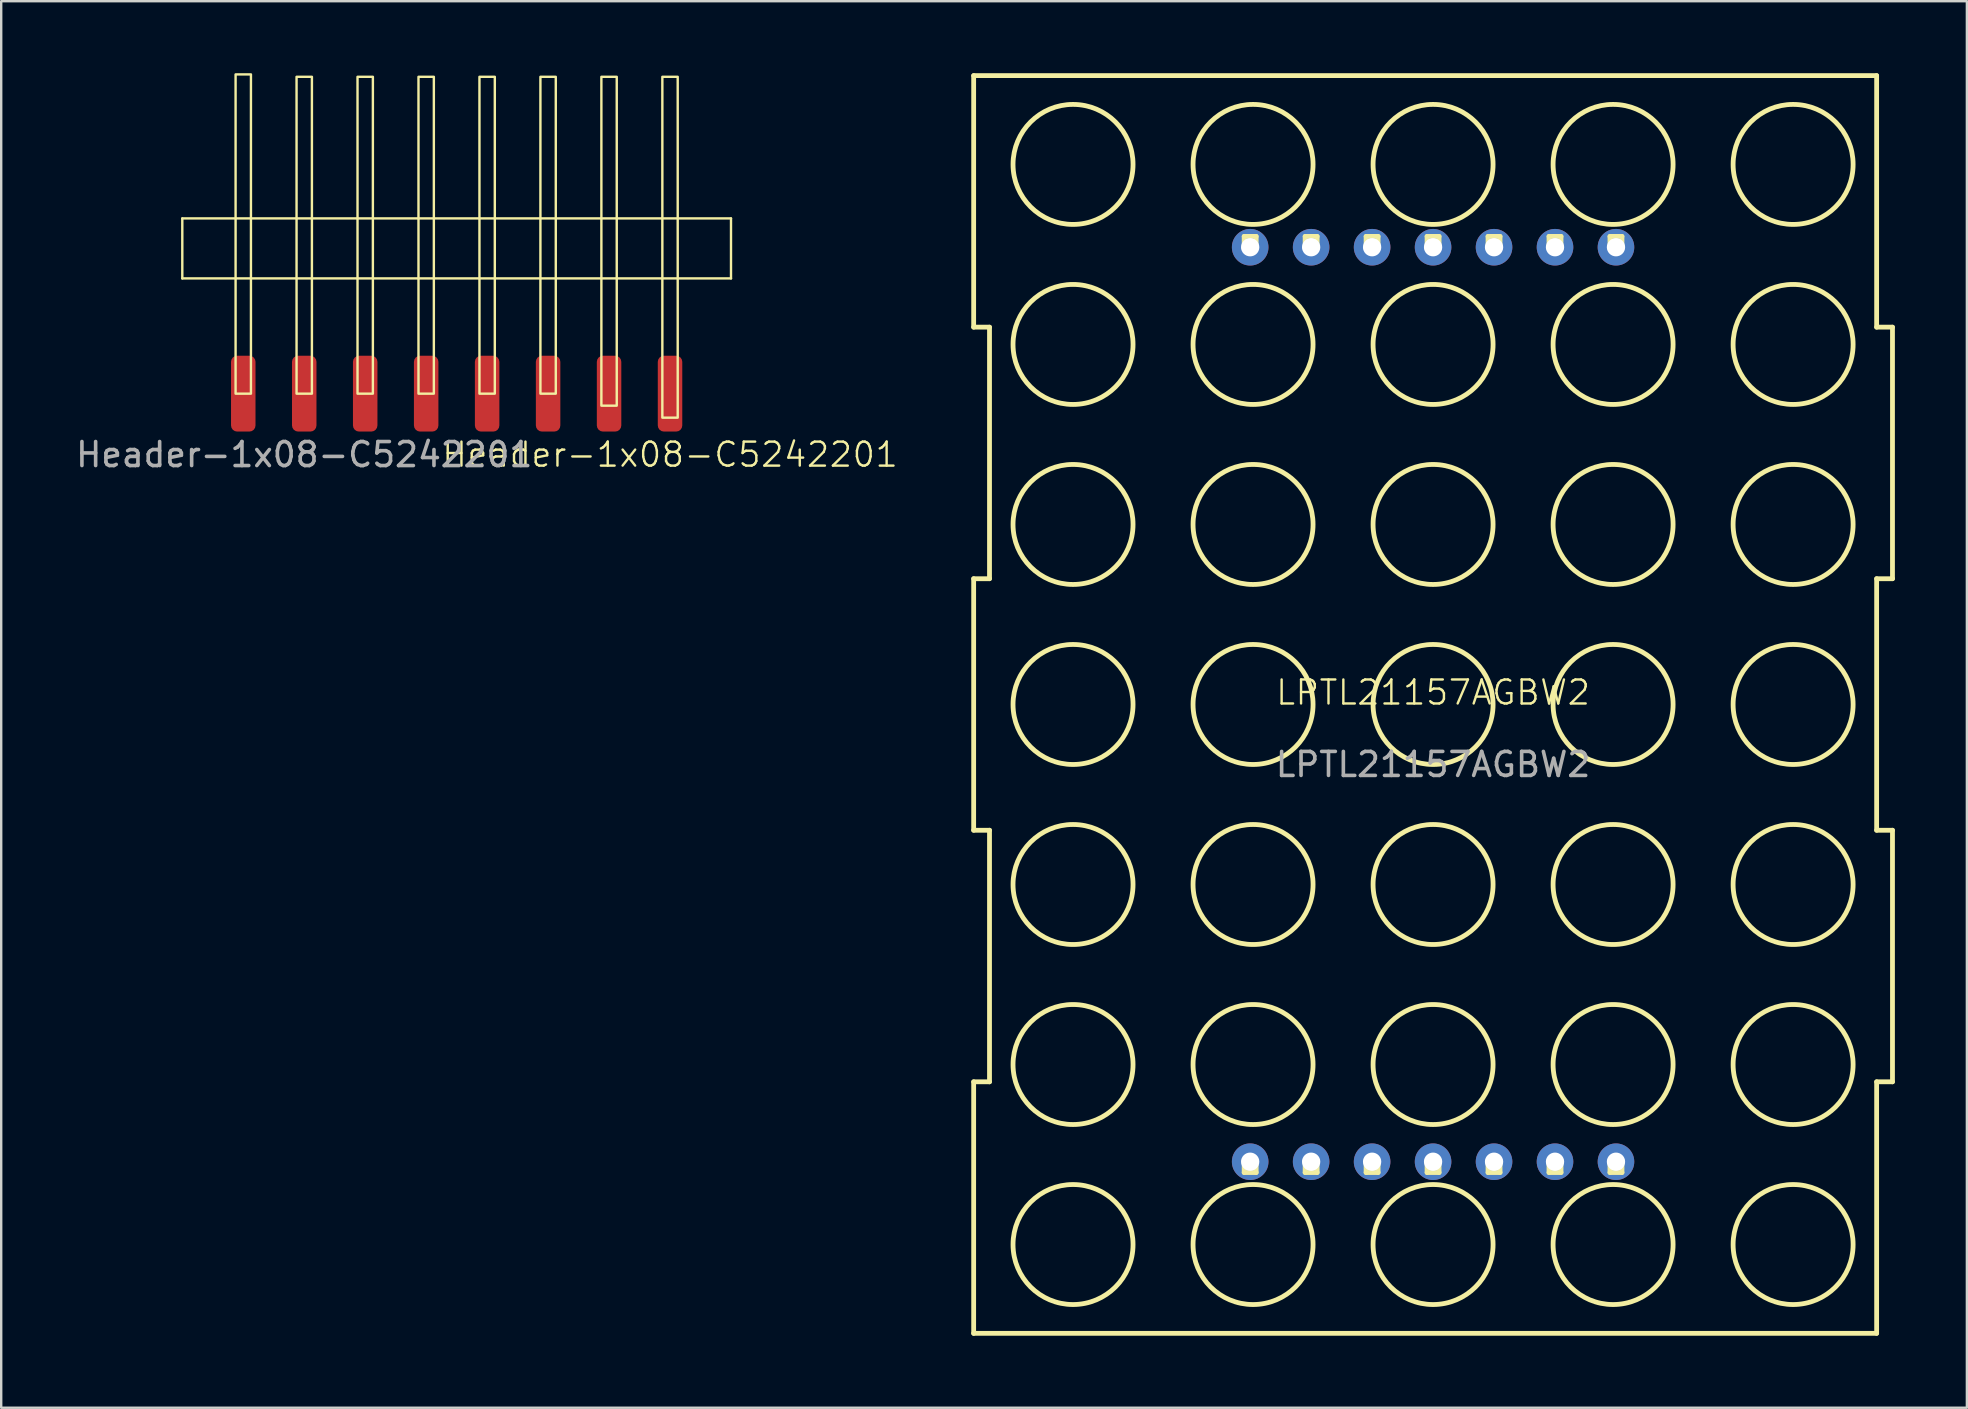
<source format=kicad_pcb>
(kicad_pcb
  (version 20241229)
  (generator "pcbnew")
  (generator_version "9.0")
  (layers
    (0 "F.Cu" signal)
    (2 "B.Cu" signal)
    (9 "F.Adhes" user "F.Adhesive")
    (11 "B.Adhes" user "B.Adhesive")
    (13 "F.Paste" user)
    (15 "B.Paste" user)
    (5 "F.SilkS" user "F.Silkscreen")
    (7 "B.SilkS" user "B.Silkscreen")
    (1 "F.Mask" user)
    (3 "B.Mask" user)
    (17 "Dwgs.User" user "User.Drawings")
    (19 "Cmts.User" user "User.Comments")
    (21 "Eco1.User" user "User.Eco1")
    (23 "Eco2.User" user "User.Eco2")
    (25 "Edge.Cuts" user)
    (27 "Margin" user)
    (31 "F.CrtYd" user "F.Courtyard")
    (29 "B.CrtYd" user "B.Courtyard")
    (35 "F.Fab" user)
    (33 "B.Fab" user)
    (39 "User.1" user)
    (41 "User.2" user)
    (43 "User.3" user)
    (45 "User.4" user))
  (footprint "LPTL21157AGBW2"
    (layer "F.Cu")
    (at 56.655 26.3)
    (property "Reference" "LPTL21157AGBW2" (at 0 -0.5 0) (unlocked yes) (layer "F.SilkS") (effects (font (size 1 1) (thickness 0.1))))
    (attr through_hole)
    (fp_line (start -19.14 -26.2) (end 18.48 -26.2) (stroke (width 0.2) (type default)) (layer "F.SilkS"))
    (fp_line (start -19.14 -15.72) (end -19.14 -26.2) (stroke (width 0.2) (type default)) (layer "F.SilkS"))
    (fp_line (start -19.14 -5.24) (end -18.48 -5.24) (stroke (width 0.2) (type default)) (layer "F.SilkS"))
    (fp_line (start -19.14 5.24) (end -19.14 -5.24) (stroke (width 0.2) (type default)) (layer "F.SilkS"))
    (fp_line (start -19.14 15.72) (end -18.48 15.72) (stroke (width 0.2) (type default)) (layer "F.SilkS"))
    (fp_line (start -19.14 26.2) (end -19.14 15.72) (stroke (width 0.2) (type default)) (layer "F.SilkS"))
    (fp_line (start -18.48 -15.72) (end -19.14 -15.72) (stroke (width 0.2) (type default)) (layer "F.SilkS"))
    (fp_line (start -18.48 -5.24) (end -18.48 -15.72) (stroke (width 0.2) (type default)) (layer "F.SilkS"))
    (fp_line (start -18.48 5.24) (end -19.14 5.24) (stroke (width 0.2) (type default)) (layer "F.SilkS"))
    (fp_line (start -18.48 15.72) (end -18.48 5.24) (stroke (width 0.2) (type default)) (layer "F.SilkS"))
    (fp_line (start -7.87 -19.5) (end -7.37 -19.5) (stroke (width 0.2) (type default)) (layer "F.SilkS"))
    (fp_line (start -7.87 -19) (end -7.87 -19.5) (stroke (width 0.2) (type default)) (layer "F.SilkS"))
    (fp_line (start -7.87 19) (end -7.37 19) (stroke (width 0.2) (type default)) (layer "F.SilkS"))
    (fp_line (start -7.87 19.5) (end -7.87 19) (stroke (width 0.2) (type default)) (layer "F.SilkS"))
    (fp_line (start -7.37 -19.5) (end -7.37 -19) (stroke (width 0.2) (type default)) (layer "F.SilkS"))
    (fp_line (start -7.37 -19) (end -7.87 -19) (stroke (width 0.2) (type default)) (layer "F.SilkS"))
    (fp_line (start -7.37 19) (end -7.37 19.5) (stroke (width 0.2) (type default)) (layer "F.SilkS"))
    (fp_line (start -7.37 19.5) (end -7.87 19.5) (stroke (width 0.2) (type default)) (layer "F.SilkS"))
    (fp_line (start -5.33 -19.5) (end -4.83 -19.5) (stroke (width 0.2) (type default)) (layer "F.SilkS"))
    (fp_line (start -5.33 -19) (end -5.33 -19.5) (stroke (width 0.2) (type default)) (layer "F.SilkS"))
    (fp_line (start -5.33 19) (end -4.83 19) (stroke (width 0.2) (type default)) (layer "F.SilkS"))
    (fp_line (start -5.33 19.5) (end -5.33 19) (stroke (width 0.2) (type default)) (layer "F.SilkS"))
    (fp_line (start -4.83 -19.5) (end -4.83 -19) (stroke (width 0.2) (type default)) (layer "F.SilkS"))
    (fp_line (start -4.83 -19) (end -5.33 -19) (stroke (width 0.2) (type default)) (layer "F.SilkS"))
    (fp_line (start -4.83 19) (end -4.83 19.5) (stroke (width 0.2) (type default)) (layer "F.SilkS"))
    (fp_line (start -4.83 19.5) (end -5.33 19.5) (stroke (width 0.2) (type default)) (layer "F.SilkS"))
    (fp_line (start -2.79 -19.5) (end -2.29 -19.5) (stroke (width 0.2) (type default)) (layer "F.SilkS"))
    (fp_line (start -2.79 -19) (end -2.79 -19.5) (stroke (width 0.2) (type default)) (layer "F.SilkS"))
    (fp_line (start -2.79 19) (end -2.29 19) (stroke (width 0.2) (type default)) (layer "F.SilkS"))
    (fp_line (start -2.79 19.5) (end -2.79 19) (stroke (width 0.2) (type default)) (layer "F.SilkS"))
    (fp_line (start -2.29 -19.5) (end -2.29 -19) (stroke (width 0.2) (type default)) (layer "F.SilkS"))
    (fp_line (start -2.29 -19) (end -2.79 -19) (stroke (width 0.2) (type default)) (layer "F.SilkS"))
    (fp_line (start -2.29 19) (end -2.29 19.5) (stroke (width 0.2) (type default)) (layer "F.SilkS"))
    (fp_line (start -2.29 19.5) (end -2.79 19.5) (stroke (width 0.2) (type default)) (layer "F.SilkS"))
    (fp_line (start -0.25 -19.5) (end 0.25 -19.5) (stroke (width 0.2) (type default)) (layer "F.SilkS"))
    (fp_line (start -0.25 -19) (end -0.25 -19.5) (stroke (width 0.2) (type default)) (layer "F.SilkS"))
    (fp_line (start -0.25 19) (end 0.25 19) (stroke (width 0.2) (type default)) (layer "F.SilkS"))
    (fp_line (start -0.25 19.5) (end -0.25 19) (stroke (width 0.2) (type default)) (layer "F.SilkS"))
    (fp_line (start 0.25 -19.5) (end 0.25 -19) (stroke (width 0.2) (type default)) (layer "F.SilkS"))
    (fp_line (start 0.25 -19) (end -0.25 -19) (stroke (width 0.2) (type default)) (layer "F.SilkS"))
    (fp_line (start 0.25 19) (end 0.25 19.5) (stroke (width 0.2) (type default)) (layer "F.SilkS"))
    (fp_line (start 0.25 19.5) (end -0.25 19.5) (stroke (width 0.2) (type default)) (layer "F.SilkS"))
    (fp_line (start 2.29 -19.5) (end 2.79 -19.5) (stroke (width 0.2) (type default)) (layer "F.SilkS"))
    (fp_line (start 2.29 -19) (end 2.29 -19.5) (stroke (width 0.2) (type default)) (layer "F.SilkS"))
    (fp_line (start 2.29 19) (end 2.79 19) (stroke (width 0.2) (type default)) (layer "F.SilkS"))
    (fp_line (start 2.29 19.5) (end 2.29 19) (stroke (width 0.2) (type default)) (layer "F.SilkS"))
    (fp_line (start 2.79 -19.5) (end 2.79 -19) (stroke (width 0.2) (type default)) (layer "F.SilkS"))
    (fp_line (start 2.79 -19) (end 2.29 -19) (stroke (width 0.2) (type default)) (layer "F.SilkS"))
    (fp_line (start 2.79 19) (end 2.79 19.5) (stroke (width 0.2) (type default)) (layer "F.SilkS"))
    (fp_line (start 2.79 19.5) (end 2.29 19.5) (stroke (width 0.2) (type default)) (layer "F.SilkS"))
    (fp_line (start 4.83 -19.5) (end 5.33 -19.5) (stroke (width 0.2) (type default)) (layer "F.SilkS"))
    (fp_line (start 4.83 -19) (end 4.83 -19.5) (stroke (width 0.2) (type default)) (layer "F.SilkS"))
    (fp_line (start 4.83 19) (end 5.33 19) (stroke (width 0.2) (type default)) (layer "F.SilkS"))
    (fp_line (start 4.83 19.5) (end 4.83 19) (stroke (width 0.2) (type default)) (layer "F.SilkS"))
    (fp_line (start 5.33 -19.5) (end 5.33 -19) (stroke (width 0.2) (type default)) (layer "F.SilkS"))
    (fp_line (start 5.33 -19) (end 4.83 -19) (stroke (width 0.2) (type default)) (layer "F.SilkS"))
    (fp_line (start 5.33 19) (end 5.33 19.5) (stroke (width 0.2) (type default)) (layer "F.SilkS"))
    (fp_line (start 5.33 19.5) (end 4.83 19.5) (stroke (width 0.2) (type default)) (layer "F.SilkS"))
    (fp_line (start 7.37 -19.5) (end 7.87 -19.5) (stroke (width 0.2) (type default)) (layer "F.SilkS"))
    (fp_line (start 7.37 -19) (end 7.37 -19.5) (stroke (width 0.2) (type default)) (layer "F.SilkS"))
    (fp_line (start 7.37 19) (end 7.87 19) (stroke (width 0.2) (type default)) (layer "F.SilkS"))
    (fp_line (start 7.37 19.5) (end 7.37 19) (stroke (width 0.2) (type default)) (layer "F.SilkS"))
    (fp_line (start 7.87 -19.5) (end 7.87 -19) (stroke (width 0.2) (type default)) (layer "F.SilkS"))
    (fp_line (start 7.87 -19) (end 7.37 -19) (stroke (width 0.2) (type default)) (layer "F.SilkS"))
    (fp_line (start 7.87 19) (end 7.87 19.5) (stroke (width 0.2) (type default)) (layer "F.SilkS"))
    (fp_line (start 7.87 19.5) (end 7.37 19.5) (stroke (width 0.2) (type default)) (layer "F.SilkS"))
    (fp_line (start 18.48 -26.2) (end 18.48 -15.72) (stroke (width 0.2) (type default)) (layer "F.SilkS"))
    (fp_line (start 18.48 -15.72) (end 19.14 -15.72) (stroke (width 0.2) (type default)) (layer "F.SilkS"))
    (fp_line (start 18.48 -5.24) (end 18.48 5.24) (stroke (width 0.2) (type default)) (layer "F.SilkS"))
    (fp_line (start 18.48 5.24) (end 19.14 5.24) (stroke (width 0.2) (type default)) (layer "F.SilkS"))
    (fp_line (start 18.48 15.72) (end 18.48 26.2) (stroke (width 0.2) (type default)) (layer "F.SilkS"))
    (fp_line (start 18.48 26.2) (end -19.14 26.2) (stroke (width 0.2) (type default)) (layer "F.SilkS"))
    (fp_line (start 19.14 -15.72) (end 19.14 -5.24) (stroke (width 0.2) (type default)) (layer "F.SilkS"))
    (fp_line (start 19.14 -5.24) (end 18.48 -5.24) (stroke (width 0.2) (type default)) (layer "F.SilkS"))
    (fp_line (start 19.14 5.24) (end 19.14 15.72) (stroke (width 0.2) (type default)) (layer "F.SilkS"))
    (fp_line (start 19.14 15.72) (end 18.48 15.72) (stroke (width 0.2) (type default)) (layer "F.SilkS"))
    (fp_circle (center -15 -22.5) (end -12.5 -22.5) (stroke (width 0.2) (type default)) (fill no) (layer "F.SilkS"))
    (fp_circle (center -15 -15) (end -12.5 -15) (stroke (width 0.2) (type default)) (fill no) (layer "F.SilkS"))
    (fp_circle (center -15 -7.5) (end -12.5 -7.5) (stroke (width 0.2) (type default)) (fill no) (layer "F.SilkS"))
    (fp_circle (center -15 0) (end -12.5 0) (stroke (width 0.2) (type default)) (fill no) (layer "F.SilkS"))
    (fp_circle (center -15 7.5) (end -12.5 7.5) (stroke (width 0.2) (type default)) (fill no) (layer "F.SilkS"))
    (fp_circle (center -15 15) (end -12.5 15) (stroke (width 0.2) (type default)) (fill no) (layer "F.SilkS"))
    (fp_circle (center -15 22.5) (end -12.5 22.5) (stroke (width 0.2) (type default)) (fill no) (layer "F.SilkS"))
    (fp_circle (center -7.5 -22.5) (end -5 -22.5) (stroke (width 0.2) (type default)) (fill no) (layer "F.SilkS"))
    (fp_circle (center -7.5 -15) (end -5 -15) (stroke (width 0.2) (type default)) (fill no) (layer "F.SilkS"))
    (fp_circle (center -7.5 -7.5) (end -5 -7.5) (stroke (width 0.2) (type default)) (fill no) (layer "F.SilkS"))
    (fp_circle (center -7.5 0) (end -5 0) (stroke (width 0.2) (type default)) (fill no) (layer "F.SilkS"))
    (fp_circle (center -7.5 7.5) (end -5 7.5) (stroke (width 0.2) (type default)) (fill no) (layer "F.SilkS"))
    (fp_circle (center -7.5 15) (end -5 15) (stroke (width 0.2) (type default)) (fill no) (layer "F.SilkS"))
    (fp_circle (center -7.5 22.5) (end -5 22.5) (stroke (width 0.2) (type default)) (fill no) (layer "F.SilkS"))
    (fp_circle (center 0 -22.5) (end 2.5 -22.5) (stroke (width 0.2) (type default)) (fill no) (layer "F.SilkS"))
    (fp_circle (center 0 -15) (end 2.5 -15) (stroke (width 0.2) (type default)) (fill no) (layer "F.SilkS"))
    (fp_circle (center 0 -7.5) (end 2.5 -7.5) (stroke (width 0.2) (type default)) (fill no) (layer "F.SilkS"))
    (fp_circle (center 0 0) (end 2.5 0) (stroke (width 0.2) (type default)) (fill no) (layer "F.SilkS"))
    (fp_circle (center 0 7.5) (end 2.5 7.5) (stroke (width 0.2) (type default)) (fill no) (layer "F.SilkS"))
    (fp_circle (center 0 15) (end 2.5 15) (stroke (width 0.2) (type default)) (fill no) (layer "F.SilkS"))
    (fp_circle (center 0 22.5) (end 2.5 22.5) (stroke (width 0.2) (type default)) (fill no) (layer "F.SilkS"))
    (fp_circle (center 7.5 -22.5) (end 10 -22.5) (stroke (width 0.2) (type default)) (fill no) (layer "F.SilkS"))
    (fp_circle (center 7.5 -15) (end 10 -15) (stroke (width 0.2) (type default)) (fill no) (layer "F.SilkS"))
    (fp_circle (center 7.5 -7.5) (end 10 -7.5) (stroke (width 0.2) (type default)) (fill no) (layer "F.SilkS"))
    (fp_circle (center 7.5 0) (end 10 0) (stroke (width 0.2) (type default)) (fill no) (layer "F.SilkS"))
    (fp_circle (center 7.5 7.5) (end 10 7.5) (stroke (width 0.2) (type default)) (fill no) (layer "F.SilkS"))
    (fp_circle (center 7.5 15) (end 10 15) (stroke (width 0.2) (type default)) (fill no) (layer "F.SilkS"))
    (fp_circle (center 7.5 22.5) (end 10 22.5) (stroke (width 0.2) (type default)) (fill no) (layer "F.SilkS"))
    (fp_circle (center 15 -22.5) (end 17.5 -22.5) (stroke (width 0.2) (type default)) (fill no) (layer "F.SilkS"))
    (fp_circle (center 15 -15) (end 17.5 -15) (stroke (width 0.2) (type default)) (fill no) (layer "F.SilkS"))
    (fp_circle (center 15 -7.5) (end 17.5 -7.5) (stroke (width 0.2) (type default)) (fill no) (layer "F.SilkS"))
    (fp_circle (center 15 0) (end 17.5 0) (stroke (width 0.2) (type default)) (fill no) (layer "F.SilkS"))
    (fp_circle (center 15 7.5) (end 17.5 7.5) (stroke (width 0.2) (type default)) (fill no) (layer "F.SilkS"))
    (fp_circle (center 15 15) (end 17.5 15) (stroke (width 0.2) (type default)) (fill no) (layer "F.SilkS"))
    (fp_circle (center 15 22.5) (end 17.5 22.5) (stroke (width 0.2) (type default)) (fill no) (layer "F.SilkS"))
    (fp_text user "${REFERENCE}" (at 0 2.5 0) (unlocked yes) (layer "F.Fab") (effects (font (size 1 1) (thickness 0.15))))
    (pad "1" thru_hole circle (at -7.62 19.05) (size 1.524 1.524) (drill 0.762) (layers "*.Cu" "*.Mask"))
    (pad "2" thru_hole circle (at -5.08 19.05) (size 1.524 1.524) (drill 0.762) (layers "*.Cu" "*.Mask"))
    (pad "3" thru_hole circle (at -2.54 19.05) (size 1.524 1.524) (drill 0.762) (layers "*.Cu" "*.Mask"))
    (pad "4" thru_hole circle (at 0 19.05) (size 1.524 1.524) (drill 0.762) (layers "*.Cu" "*.Mask"))
    (pad "5" thru_hole circle (at 2.54 19.05) (size 1.524 1.524) (drill 0.762) (layers "*.Cu" "*.Mask"))
    (pad "6" thru_hole circle (at 5.08 19.05) (size 1.524 1.524) (drill 0.762) (layers "*.Cu" "*.Mask"))
    (pad "7" thru_hole circle (at 7.62 19.05) (size 1.524 1.524) (drill 0.762) (layers "*.Cu" "*.Mask"))
    (pad "8" thru_hole circle (at 7.62 -19.05) (size 1.524 1.524) (drill 0.762) (layers "*.Cu" "*.Mask"))
    (pad "9" thru_hole circle (at 5.08 -19.05) (size 1.524 1.524) (drill 0.762) (layers "*.Cu" "*.Mask"))
    (pad "10" thru_hole circle (at 2.54 -19.05) (size 1.524 1.524) (drill 0.762) (layers "*.Cu" "*.Mask"))
    (pad "11" thru_hole circle (at 0 -19.05) (size 1.524 1.524) (drill 0.762) (layers "*.Cu" "*.Mask"))
    (pad "12" thru_hole circle (at -2.54 -19.05) (size 1.524 1.524) (drill 0.762) (layers "*.Cu" "*.Mask"))
    (pad "13" thru_hole circle (at -5.08 -19.05) (size 1.524 1.524) (drill 0.762) (layers "*.Cu" "*.Mask"))
    (pad "14" thru_hole circle (at -7.62 -19.05) (size 1.524 1.524) (drill 0.762) (layers "*.Cu" "*.Mask")))
  (footprint "Header-1x08-C5242201"
    (layer "F.Cu")
    (at 14.705 13.35)
    (property "Reference" "Header-1x08-C5242201" (at 10.16 2.54 0) (unlocked yes) (layer "F.SilkS") (effects (font (size 1 1) (thickness 0.1))))
    (attr smd)
    (fp_line (start -10.16 -7.3) (end -10.16 -4.8) (stroke (width 0.1) (type default)) (layer "F.SilkS"))
    (fp_line (start -10.16 -7.3) (end 12.7 -7.3) (stroke (width 0.1) (type default)) (layer "F.SilkS"))
    (fp_line (start -10.16 -4.8) (end 12.7 -4.8) (stroke (width 0.1) (type default)) (layer "F.SilkS"))
    (fp_line (start 12.7 -7.3) (end 12.7 -4.8) (stroke (width 0.1) (type default)) (layer "F.SilkS"))
    (fp_rect (start -7.94 -13.3) (end -7.3 0) (stroke (width 0.1) (type default)) (fill no) (layer "F.SilkS"))
    (fp_rect (start -5.4 0) (end -4.76 -13.2) (stroke (width 0.1) (type default)) (fill no) (layer "F.SilkS"))
    (fp_rect (start -2.86 0) (end -2.22 -13.2) (stroke (width 0.1) (type default)) (fill no) (layer "F.SilkS"))
    (fp_rect (start -0.32 0) (end 0.32 -13.2) (stroke (width 0.1) (type default)) (fill no) (layer "F.SilkS"))
    (fp_rect (start 2.22 0) (end 2.86 -13.2) (stroke (width 0.1) (type default)) (fill no) (layer "F.SilkS"))
    (fp_rect (start 4.76 0) (end 5.4 -13.2) (stroke (width 0.1) (type default)) (fill no) (layer "F.SilkS"))
    (fp_rect (start 7.3 0.5) (end 7.94 -13.2) (stroke (width 0.1) (type default)) (fill no) (layer "F.SilkS"))
    (fp_rect (start 9.84 1) (end 10.48 -13.2) (stroke (width 0.1) (type default)) (fill no) (layer "F.SilkS"))
    (fp_text user "${REFERENCE}" (at -5.08 2.54 0) (unlocked yes) (layer "F.Fab") (effects (font (size 1 1) (thickness 0.15))))
    (pad "1" smd roundrect (at -7.62 0 270) (size 3.16 1.02) (layers "F.Cu" "F.Mask" "F.Paste") (roundrect_rratio 0.25))
    (pad "2" smd roundrect (at -5.08 0 270) (size 3.16 1.02) (layers "F.Cu" "F.Mask" "F.Paste") (roundrect_rratio 0.25))
    (pad "3" smd roundrect (at -2.54 0 270) (size 3.16 1.02) (layers "F.Cu" "F.Mask" "F.Paste") (roundrect_rratio 0.25))
    (pad "4" smd roundrect (at 0 0 270) (size 3.16 1.02) (layers "F.Cu" "F.Mask" "F.Paste") (roundrect_rratio 0.25))
    (pad "5" smd roundrect (at 2.54 0 270) (size 3.16 1.02) (layers "F.Cu" "F.Mask" "F.Paste") (roundrect_rratio 0.25))
    (pad "6" smd roundrect (at 5.08 0 270) (size 3.16 1.02) (layers "F.Cu" "F.Mask" "F.Paste") (roundrect_rratio 0.25))
    (pad "7" smd roundrect (at 7.62 0 270) (size 3.16 1.02) (layers "F.Cu" "F.Mask" "F.Paste") (roundrect_rratio 0.25))
    (pad "8" smd roundrect (at 10.16 0 270) (size 3.16 1.02) (layers "F.Cu" "F.Mask" "F.Paste") (roundrect_rratio 0.25)))
  (gr_rect
    (start -3 -3)
    (end 78.895 55.6)
    (stroke (width 0.1) (type default))
    (fill no)
    (layer "Edge.Cuts")))
</source>
